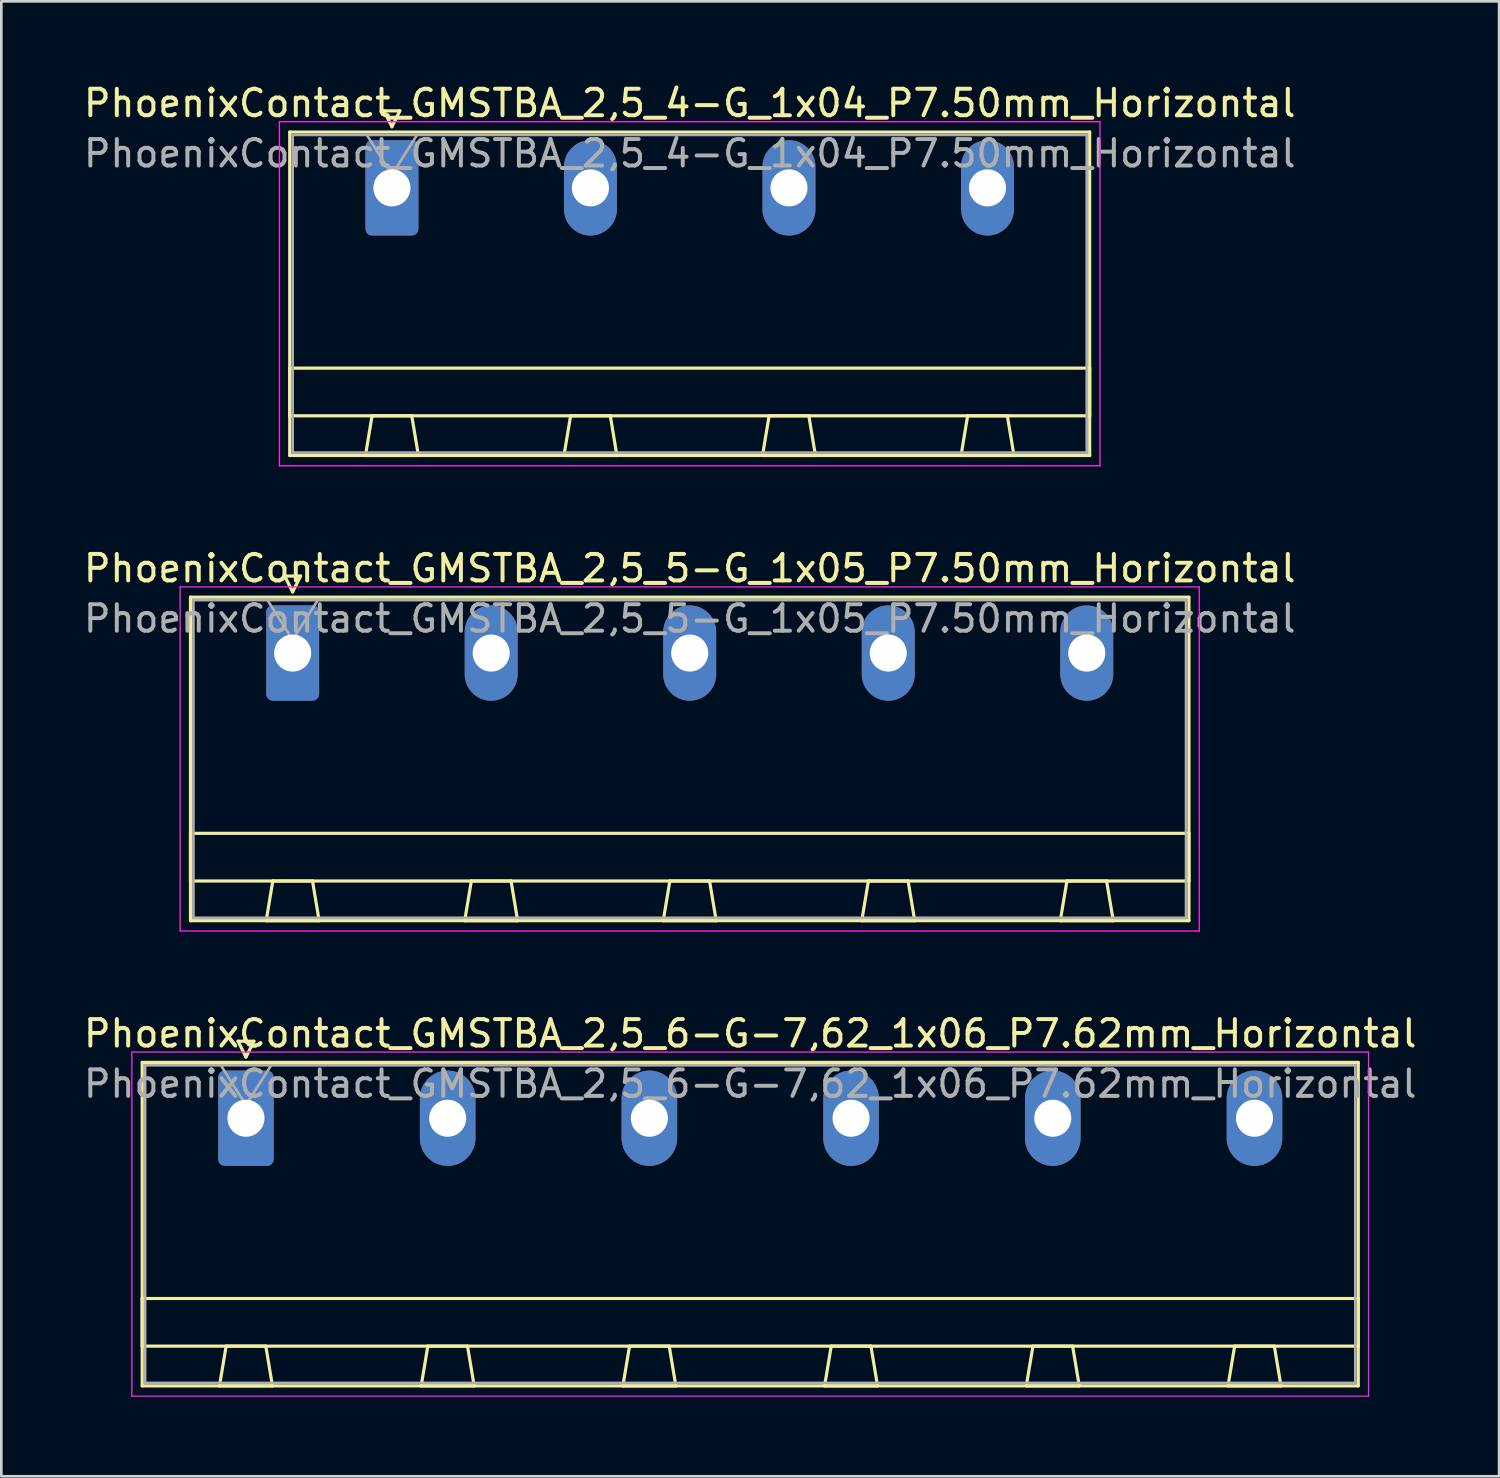
<source format=kicad_pcb>
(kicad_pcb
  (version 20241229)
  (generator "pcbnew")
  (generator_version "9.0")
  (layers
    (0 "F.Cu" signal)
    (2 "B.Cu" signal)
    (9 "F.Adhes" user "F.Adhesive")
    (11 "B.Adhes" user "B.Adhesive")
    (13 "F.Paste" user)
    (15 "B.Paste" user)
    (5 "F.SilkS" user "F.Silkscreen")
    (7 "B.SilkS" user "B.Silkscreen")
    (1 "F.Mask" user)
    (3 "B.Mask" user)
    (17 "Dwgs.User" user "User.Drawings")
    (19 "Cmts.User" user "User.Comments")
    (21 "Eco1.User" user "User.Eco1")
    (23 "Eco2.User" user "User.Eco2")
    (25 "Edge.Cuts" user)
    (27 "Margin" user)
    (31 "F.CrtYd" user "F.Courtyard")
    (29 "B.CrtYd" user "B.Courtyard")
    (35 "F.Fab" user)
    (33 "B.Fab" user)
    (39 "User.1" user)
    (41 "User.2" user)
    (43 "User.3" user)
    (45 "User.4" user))
  (footprint "PhoenixContact_GMSTBA_2,5_5-G_1x05_P7.50mm_Horizontal"
    (layer "F.Cu")
    (at 8.006 21.622)
    (property "Reference" "PhoenixContact_GMSTBA_2,5_5-G_1x05_P7.50mm_Horizontal" (at 15 -3.2 0) (layer "F.SilkS") (effects (font (size 1 1) (thickness 0.15))))
    (attr through_hole)
    (fp_line (start -3.86 -2.11) (end -3.86 10.11) (stroke (width 0.12) (type solid)) (layer "F.SilkS"))
    (fp_line (start -3.86 6.81) (end 33.86 6.81) (stroke (width 0.12) (type solid)) (layer "F.SilkS"))
    (fp_line (start -3.86 8.61) (end -3.86 6.81) (stroke (width 0.12) (type solid)) (layer "F.SilkS"))
    (fp_line (start -3.86 10.11) (end 33.86 10.11) (stroke (width 0.12) (type solid)) (layer "F.SilkS"))
    (fp_line (start -1 10.11) (end 1 10.11) (stroke (width 0.12) (type solid)) (layer "F.SilkS"))
    (fp_line (start -0.75 8.61) (end -1 10.11) (stroke (width 0.12) (type solid)) (layer "F.SilkS"))
    (fp_line (start -0.3 -2.91) (end 0.3 -2.91) (stroke (width 0.12) (type solid)) (layer "F.SilkS"))
    (fp_line (start 0 -2.31) (end -0.3 -2.91) (stroke (width 0.12) (type solid)) (layer "F.SilkS"))
    (fp_line (start 0.3 -2.91) (end 0 -2.31) (stroke (width 0.12) (type solid)) (layer "F.SilkS"))
    (fp_line (start 0.75 8.61) (end -0.75 8.61) (stroke (width 0.12) (type solid)) (layer "F.SilkS"))
    (fp_line (start 1 10.11) (end 0.75 8.61) (stroke (width 0.12) (type solid)) (layer "F.SilkS"))
    (fp_line (start 6.5 10.11) (end 8.5 10.11) (stroke (width 0.12) (type solid)) (layer "F.SilkS"))
    (fp_line (start 6.75 8.61) (end 6.5 10.11) (stroke (width 0.12) (type solid)) (layer "F.SilkS"))
    (fp_line (start 8.25 8.61) (end 6.75 8.61) (stroke (width 0.12) (type solid)) (layer "F.SilkS"))
    (fp_line (start 8.5 10.11) (end 8.25 8.61) (stroke (width 0.12) (type solid)) (layer "F.SilkS"))
    (fp_line (start 14 10.11) (end 16 10.11) (stroke (width 0.12) (type solid)) (layer "F.SilkS"))
    (fp_line (start 14.25 8.61) (end 14 10.11) (stroke (width 0.12) (type solid)) (layer "F.SilkS"))
    (fp_line (start 15.75 8.61) (end 14.25 8.61) (stroke (width 0.12) (type solid)) (layer "F.SilkS"))
    (fp_line (start 16 10.11) (end 15.75 8.61) (stroke (width 0.12) (type solid)) (layer "F.SilkS"))
    (fp_line (start 21.5 10.11) (end 23.5 10.11) (stroke (width 0.12) (type solid)) (layer "F.SilkS"))
    (fp_line (start 21.75 8.61) (end 21.5 10.11) (stroke (width 0.12) (type solid)) (layer "F.SilkS"))
    (fp_line (start 23.25 8.61) (end 21.75 8.61) (stroke (width 0.12) (type solid)) (layer "F.SilkS"))
    (fp_line (start 23.5 10.11) (end 23.25 8.61) (stroke (width 0.12) (type solid)) (layer "F.SilkS"))
    (fp_line (start 29 10.11) (end 31 10.11) (stroke (width 0.12) (type solid)) (layer "F.SilkS"))
    (fp_line (start 29.25 8.61) (end 29 10.11) (stroke (width 0.12) (type solid)) (layer "F.SilkS"))
    (fp_line (start 30.75 8.61) (end 29.25 8.61) (stroke (width 0.12) (type solid)) (layer "F.SilkS"))
    (fp_line (start 31 10.11) (end 30.75 8.61) (stroke (width 0.12) (type solid)) (layer "F.SilkS"))
    (fp_line (start 33.86 -2.11) (end -3.86 -2.11) (stroke (width 0.12) (type solid)) (layer "F.SilkS"))
    (fp_line (start 33.86 6.81) (end 33.86 8.61) (stroke (width 0.12) (type solid)) (layer "F.SilkS"))
    (fp_line (start 33.86 8.61) (end -3.86 8.61) (stroke (width 0.12) (type solid)) (layer "F.SilkS"))
    (fp_line (start 33.86 10.11) (end 33.86 -2.11) (stroke (width 0.12) (type solid)) (layer "F.SilkS"))
    (fp_line (start -4.25 -2.5) (end -4.25 10.5) (stroke (width 0.05) (type solid)) (layer "F.CrtYd"))
    (fp_line (start -4.25 10.5) (end 34.25 10.5) (stroke (width 0.05) (type solid)) (layer "F.CrtYd"))
    (fp_line (start 34.25 -2.5) (end -4.25 -2.5) (stroke (width 0.05) (type solid)) (layer "F.CrtYd"))
    (fp_line (start 34.25 10.5) (end 34.25 -2.5) (stroke (width 0.05) (type solid)) (layer "F.CrtYd"))
    (fp_line (start -3.75 -2) (end -3.75 10) (stroke (width 0.1) (type solid)) (layer "F.Fab"))
    (fp_line (start -3.75 10) (end 33.75 10) (stroke (width 0.1) (type solid)) (layer "F.Fab"))
    (fp_line (start 0 -0.5) (end -0.95 -2) (stroke (width 0.1) (type solid)) (layer "F.Fab"))
    (fp_line (start 0.95 -2) (end 0 -0.5) (stroke (width 0.1) (type solid)) (layer "F.Fab"))
    (fp_line (start 33.75 -2) (end -3.75 -2) (stroke (width 0.1) (type solid)) (layer "F.Fab"))
    (fp_line (start 33.75 10) (end 33.75 -2) (stroke (width 0.1) (type solid)) (layer "F.Fab"))
    (fp_text user "${REFERENCE}" (at 15 -1.3 0) (layer "F.Fab") (effects (font (size 1 1) (thickness 0.15))))
    (pad "1" thru_hole roundrect (at 0 0) (size 2 3.6) (drill 1.4) (layers "*.Cu" "*.Mask") (roundrect_rratio 0.125))
    (pad "2" thru_hole oval (at 7.5 0) (size 2 3.6) (drill 1.4) (layers "*.Cu" "*.Mask"))
    (pad "3" thru_hole oval (at 15 0) (size 2 3.6) (drill 1.4) (layers "*.Cu" "*.Mask"))
    (pad "4" thru_hole oval (at 22.5 0) (size 2 3.6) (drill 1.4) (layers "*.Cu" "*.Mask"))
    (pad "5" thru_hole oval (at 30 0) (size 2 3.6) (drill 1.4) (layers "*.Cu" "*.Mask")))
  (footprint "PhoenixContact_GMSTBA_2,5_6-G-7,62_1x06_P7.62mm_Horizontal"
    (layer "F.Cu")
    (at 6.242 39.195)
    (property "Reference" "PhoenixContact_GMSTBA_2,5_6-G-7,62_1x06_P7.62mm_Horizontal" (at 19.05 -3.2 0) (layer "F.SilkS") (effects (font (size 1 1) (thickness 0.15))))
    (attr through_hole)
    (fp_line (start -3.92 -2.11) (end -3.92 10.11) (stroke (width 0.12) (type solid)) (layer "F.SilkS"))
    (fp_line (start -3.92 6.81) (end 42.02 6.81) (stroke (width 0.12) (type solid)) (layer "F.SilkS"))
    (fp_line (start -3.92 8.61) (end -3.92 6.81) (stroke (width 0.12) (type solid)) (layer "F.SilkS"))
    (fp_line (start -3.92 10.11) (end 42.02 10.11) (stroke (width 0.12) (type solid)) (layer "F.SilkS"))
    (fp_line (start -1 10.11) (end 1 10.11) (stroke (width 0.12) (type solid)) (layer "F.SilkS"))
    (fp_line (start -0.75 8.61) (end -1 10.11) (stroke (width 0.12) (type solid)) (layer "F.SilkS"))
    (fp_line (start -0.3 -2.91) (end 0.3 -2.91) (stroke (width 0.12) (type solid)) (layer "F.SilkS"))
    (fp_line (start 0 -2.31) (end -0.3 -2.91) (stroke (width 0.12) (type solid)) (layer "F.SilkS"))
    (fp_line (start 0.3 -2.91) (end 0 -2.31) (stroke (width 0.12) (type solid)) (layer "F.SilkS"))
    (fp_line (start 0.75 8.61) (end -0.75 8.61) (stroke (width 0.12) (type solid)) (layer "F.SilkS"))
    (fp_line (start 1 10.11) (end 0.75 8.61) (stroke (width 0.12) (type solid)) (layer "F.SilkS"))
    (fp_line (start 6.62 10.11) (end 8.62 10.11) (stroke (width 0.12) (type solid)) (layer "F.SilkS"))
    (fp_line (start 6.87 8.61) (end 6.62 10.11) (stroke (width 0.12) (type solid)) (layer "F.SilkS"))
    (fp_line (start 8.37 8.61) (end 6.87 8.61) (stroke (width 0.12) (type solid)) (layer "F.SilkS"))
    (fp_line (start 8.62 10.11) (end 8.37 8.61) (stroke (width 0.12) (type solid)) (layer "F.SilkS"))
    (fp_line (start 14.24 10.11) (end 16.24 10.11) (stroke (width 0.12) (type solid)) (layer "F.SilkS"))
    (fp_line (start 14.49 8.61) (end 14.24 10.11) (stroke (width 0.12) (type solid)) (layer "F.SilkS"))
    (fp_line (start 15.99 8.61) (end 14.49 8.61) (stroke (width 0.12) (type solid)) (layer "F.SilkS"))
    (fp_line (start 16.24 10.11) (end 15.99 8.61) (stroke (width 0.12) (type solid)) (layer "F.SilkS"))
    (fp_line (start 21.86 10.11) (end 23.86 10.11) (stroke (width 0.12) (type solid)) (layer "F.SilkS"))
    (fp_line (start 22.11 8.61) (end 21.86 10.11) (stroke (width 0.12) (type solid)) (layer "F.SilkS"))
    (fp_line (start 23.61 8.61) (end 22.11 8.61) (stroke (width 0.12) (type solid)) (layer "F.SilkS"))
    (fp_line (start 23.86 10.11) (end 23.61 8.61) (stroke (width 0.12) (type solid)) (layer "F.SilkS"))
    (fp_line (start 29.48 10.11) (end 31.48 10.11) (stroke (width 0.12) (type solid)) (layer "F.SilkS"))
    (fp_line (start 29.73 8.61) (end 29.48 10.11) (stroke (width 0.12) (type solid)) (layer "F.SilkS"))
    (fp_line (start 31.23 8.61) (end 29.73 8.61) (stroke (width 0.12) (type solid)) (layer "F.SilkS"))
    (fp_line (start 31.48 10.11) (end 31.23 8.61) (stroke (width 0.12) (type solid)) (layer "F.SilkS"))
    (fp_line (start 37.1 10.11) (end 39.1 10.11) (stroke (width 0.12) (type solid)) (layer "F.SilkS"))
    (fp_line (start 37.35 8.61) (end 37.1 10.11) (stroke (width 0.12) (type solid)) (layer "F.SilkS"))
    (fp_line (start 38.85 8.61) (end 37.35 8.61) (stroke (width 0.12) (type solid)) (layer "F.SilkS"))
    (fp_line (start 39.1 10.11) (end 38.85 8.61) (stroke (width 0.12) (type solid)) (layer "F.SilkS"))
    (fp_line (start 42.02 -2.11) (end -3.92 -2.11) (stroke (width 0.12) (type solid)) (layer "F.SilkS"))
    (fp_line (start 42.02 6.81) (end 42.02 8.61) (stroke (width 0.12) (type solid)) (layer "F.SilkS"))
    (fp_line (start 42.02 8.61) (end -3.92 8.61) (stroke (width 0.12) (type solid)) (layer "F.SilkS"))
    (fp_line (start 42.02 10.11) (end 42.02 -2.11) (stroke (width 0.12) (type solid)) (layer "F.SilkS"))
    (fp_line (start -4.31 -2.5) (end -4.31 10.5) (stroke (width 0.05) (type solid)) (layer "F.CrtYd"))
    (fp_line (start -4.31 10.5) (end 42.41 10.5) (stroke (width 0.05) (type solid)) (layer "F.CrtYd"))
    (fp_line (start 42.41 -2.5) (end -4.31 -2.5) (stroke (width 0.05) (type solid)) (layer "F.CrtYd"))
    (fp_line (start 42.41 10.5) (end 42.41 -2.5) (stroke (width 0.05) (type solid)) (layer "F.CrtYd"))
    (fp_line (start -3.81 -2) (end -3.81 10) (stroke (width 0.1) (type solid)) (layer "F.Fab"))
    (fp_line (start -3.81 10) (end 41.91 10) (stroke (width 0.1) (type solid)) (layer "F.Fab"))
    (fp_line (start 0 -0.5) (end -0.95 -2) (stroke (width 0.1) (type solid)) (layer "F.Fab"))
    (fp_line (start 0.95 -2) (end 0 -0.5) (stroke (width 0.1) (type solid)) (layer "F.Fab"))
    (fp_line (start 41.91 -2) (end -3.81 -2) (stroke (width 0.1) (type solid)) (layer "F.Fab"))
    (fp_line (start 41.91 10) (end 41.91 -2) (stroke (width 0.1) (type solid)) (layer "F.Fab"))
    (fp_text user "${REFERENCE}" (at 19.05 -1.3 0) (layer "F.Fab") (effects (font (size 1 1) (thickness 0.15))))
    (pad "1" thru_hole roundrect (at 0 0) (size 2.1 3.6) (drill 1.4) (layers "*.Cu" "*.Mask") (roundrect_rratio 0.119))
    (pad "2" thru_hole oval (at 7.62 0) (size 2.1 3.6) (drill 1.4) (layers "*.Cu" "*.Mask"))
    (pad "3" thru_hole oval (at 15.24 0) (size 2.1 3.6) (drill 1.4) (layers "*.Cu" "*.Mask"))
    (pad "4" thru_hole oval (at 22.86 0) (size 2.1 3.6) (drill 1.4) (layers "*.Cu" "*.Mask"))
    (pad "5" thru_hole oval (at 30.48 0) (size 2.1 3.6) (drill 1.4) (layers "*.Cu" "*.Mask"))
    (pad "6" thru_hole oval (at 38.1 0) (size 2.1 3.6) (drill 1.4) (layers "*.Cu" "*.Mask")))
  (footprint "PhoenixContact_GMSTBA_2,5_4-G_1x04_P7.50mm_Horizontal"
    (layer "F.Cu")
    (at 11.756 4.048)
    (property "Reference" "PhoenixContact_GMSTBA_2,5_4-G_1x04_P7.50mm_Horizontal" (at 11.25 -3.2 0) (layer "F.SilkS") (effects (font (size 1 1) (thickness 0.15))))
    (attr through_hole)
    (fp_line (start -3.86 -2.11) (end -3.86 10.11) (stroke (width 0.12) (type solid)) (layer "F.SilkS"))
    (fp_line (start -3.86 6.81) (end 26.36 6.81) (stroke (width 0.12) (type solid)) (layer "F.SilkS"))
    (fp_line (start -3.86 8.61) (end -3.86 6.81) (stroke (width 0.12) (type solid)) (layer "F.SilkS"))
    (fp_line (start -3.86 10.11) (end 26.36 10.11) (stroke (width 0.12) (type solid)) (layer "F.SilkS"))
    (fp_line (start -1 10.11) (end 1 10.11) (stroke (width 0.12) (type solid)) (layer "F.SilkS"))
    (fp_line (start -0.75 8.61) (end -1 10.11) (stroke (width 0.12) (type solid)) (layer "F.SilkS"))
    (fp_line (start -0.3 -2.91) (end 0.3 -2.91) (stroke (width 0.12) (type solid)) (layer "F.SilkS"))
    (fp_line (start 0 -2.31) (end -0.3 -2.91) (stroke (width 0.12) (type solid)) (layer "F.SilkS"))
    (fp_line (start 0.3 -2.91) (end 0 -2.31) (stroke (width 0.12) (type solid)) (layer "F.SilkS"))
    (fp_line (start 0.75 8.61) (end -0.75 8.61) (stroke (width 0.12) (type solid)) (layer "F.SilkS"))
    (fp_line (start 1 10.11) (end 0.75 8.61) (stroke (width 0.12) (type solid)) (layer "F.SilkS"))
    (fp_line (start 6.5 10.11) (end 8.5 10.11) (stroke (width 0.12) (type solid)) (layer "F.SilkS"))
    (fp_line (start 6.75 8.61) (end 6.5 10.11) (stroke (width 0.12) (type solid)) (layer "F.SilkS"))
    (fp_line (start 8.25 8.61) (end 6.75 8.61) (stroke (width 0.12) (type solid)) (layer "F.SilkS"))
    (fp_line (start 8.5 10.11) (end 8.25 8.61) (stroke (width 0.12) (type solid)) (layer "F.SilkS"))
    (fp_line (start 14 10.11) (end 16 10.11) (stroke (width 0.12) (type solid)) (layer "F.SilkS"))
    (fp_line (start 14.25 8.61) (end 14 10.11) (stroke (width 0.12) (type solid)) (layer "F.SilkS"))
    (fp_line (start 15.75 8.61) (end 14.25 8.61) (stroke (width 0.12) (type solid)) (layer "F.SilkS"))
    (fp_line (start 16 10.11) (end 15.75 8.61) (stroke (width 0.12) (type solid)) (layer "F.SilkS"))
    (fp_line (start 21.5 10.11) (end 23.5 10.11) (stroke (width 0.12) (type solid)) (layer "F.SilkS"))
    (fp_line (start 21.75 8.61) (end 21.5 10.11) (stroke (width 0.12) (type solid)) (layer "F.SilkS"))
    (fp_line (start 23.25 8.61) (end 21.75 8.61) (stroke (width 0.12) (type solid)) (layer "F.SilkS"))
    (fp_line (start 23.5 10.11) (end 23.25 8.61) (stroke (width 0.12) (type solid)) (layer "F.SilkS"))
    (fp_line (start 26.36 -2.11) (end -3.86 -2.11) (stroke (width 0.12) (type solid)) (layer "F.SilkS"))
    (fp_line (start 26.36 6.81) (end 26.36 8.61) (stroke (width 0.12) (type solid)) (layer "F.SilkS"))
    (fp_line (start 26.36 8.61) (end -3.86 8.61) (stroke (width 0.12) (type solid)) (layer "F.SilkS"))
    (fp_line (start 26.36 10.11) (end 26.36 -2.11) (stroke (width 0.12) (type solid)) (layer "F.SilkS"))
    (fp_line (start -4.25 -2.5) (end -4.25 10.5) (stroke (width 0.05) (type solid)) (layer "F.CrtYd"))
    (fp_line (start -4.25 10.5) (end 26.75 10.5) (stroke (width 0.05) (type solid)) (layer "F.CrtYd"))
    (fp_line (start 26.75 -2.5) (end -4.25 -2.5) (stroke (width 0.05) (type solid)) (layer "F.CrtYd"))
    (fp_line (start 26.75 10.5) (end 26.75 -2.5) (stroke (width 0.05) (type solid)) (layer "F.CrtYd"))
    (fp_line (start -3.75 -2) (end -3.75 10) (stroke (width 0.1) (type solid)) (layer "F.Fab"))
    (fp_line (start -3.75 10) (end 26.25 10) (stroke (width 0.1) (type solid)) (layer "F.Fab"))
    (fp_line (start 0 -0.5) (end -0.95 -2) (stroke (width 0.1) (type solid)) (layer "F.Fab"))
    (fp_line (start 0.95 -2) (end 0 -0.5) (stroke (width 0.1) (type solid)) (layer "F.Fab"))
    (fp_line (start 26.25 -2) (end -3.75 -2) (stroke (width 0.1) (type solid)) (layer "F.Fab"))
    (fp_line (start 26.25 10) (end 26.25 -2) (stroke (width 0.1) (type solid)) (layer "F.Fab"))
    (fp_text user "${REFERENCE}" (at 11.25 -1.3 0) (layer "F.Fab") (effects (font (size 1 1) (thickness 0.15))))
    (pad "1" thru_hole roundrect (at 0 0) (size 2 3.6) (drill 1.4) (layers "*.Cu" "*.Mask") (roundrect_rratio 0.125))
    (pad "2" thru_hole oval (at 7.5 0) (size 2 3.6) (drill 1.4) (layers "*.Cu" "*.Mask"))
    (pad "3" thru_hole oval (at 15 0) (size 2 3.6) (drill 1.4) (layers "*.Cu" "*.Mask"))
    (pad "4" thru_hole oval (at 22.5 0) (size 2 3.6) (drill 1.4) (layers "*.Cu" "*.Mask")))
  (gr_rect
    (start -3 -3)
    (end 53.583 52.72)
    (stroke (width 0.1) (type default))
    (fill no)
    (layer "Edge.Cuts")))
</source>
